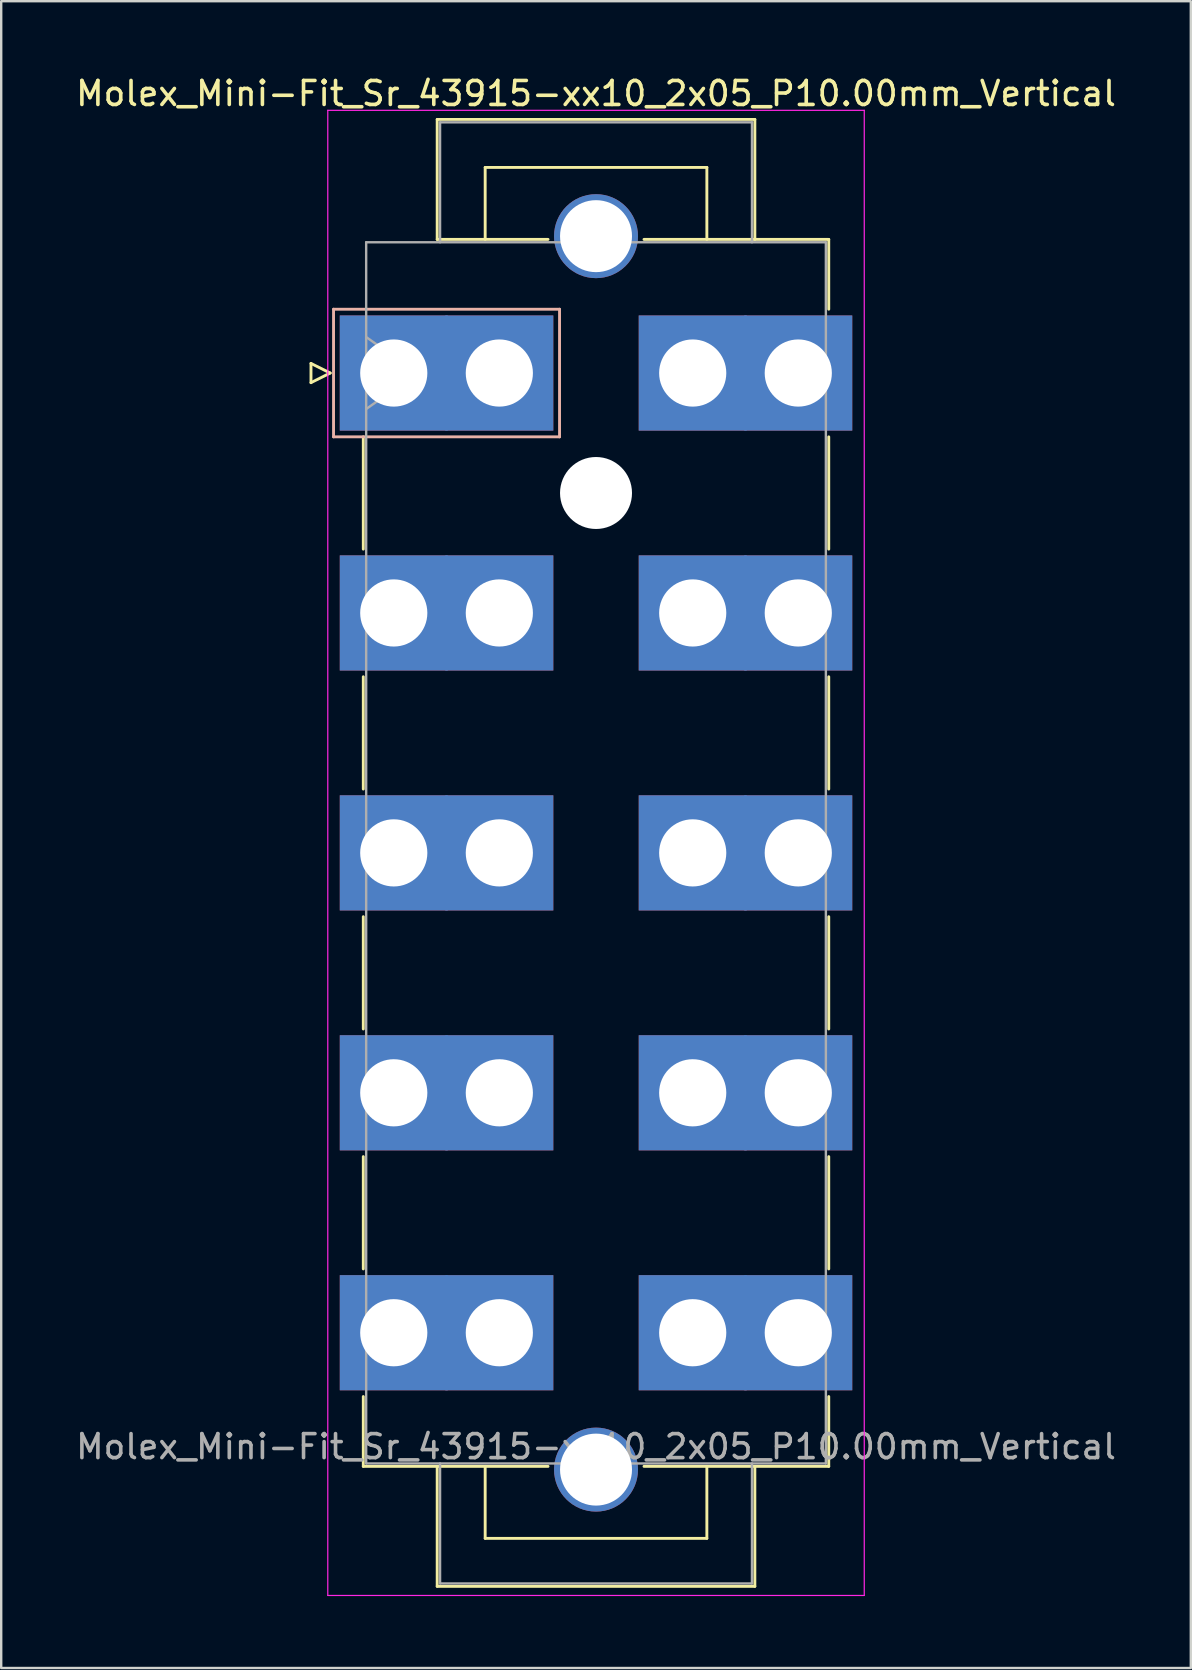
<source format=kicad_pcb>
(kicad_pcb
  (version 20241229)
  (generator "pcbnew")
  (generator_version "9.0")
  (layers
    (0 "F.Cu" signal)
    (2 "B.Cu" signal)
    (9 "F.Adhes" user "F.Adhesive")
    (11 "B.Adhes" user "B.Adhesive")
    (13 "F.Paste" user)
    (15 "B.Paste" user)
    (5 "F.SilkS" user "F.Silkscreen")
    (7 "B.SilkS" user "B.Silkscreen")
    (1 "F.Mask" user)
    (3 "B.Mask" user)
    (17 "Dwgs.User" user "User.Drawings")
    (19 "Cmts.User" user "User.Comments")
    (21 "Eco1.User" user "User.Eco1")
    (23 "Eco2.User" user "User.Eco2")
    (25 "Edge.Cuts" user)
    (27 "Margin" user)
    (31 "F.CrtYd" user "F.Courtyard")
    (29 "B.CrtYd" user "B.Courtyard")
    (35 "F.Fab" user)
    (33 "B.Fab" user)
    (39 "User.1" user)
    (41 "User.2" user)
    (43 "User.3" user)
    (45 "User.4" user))
  (footprint "Molex_Mini-Fit_Sr_43915-xx10_2x05_P10.00mm_Vertical"
    (layer "F.Cu")
    (at 13.362 12.498)
    (property "Reference" "Molex_Mini-Fit_Sr_43915-xx10_2x05_P10.00mm_Vertical" (at 8.43 -11.65 0) (layer "F.SilkS") (effects (font (size 1 1) (thickness 0.15))))
    (attr through_hole)
    (fp_line (start -3.45 -0.4) (end -3.45 0.4) (stroke (width 0.12) (type solid)) (layer "F.SilkS"))
    (fp_line (start -3.45 0.4) (end -2.65 0) (stroke (width 0.12) (type solid)) (layer "F.SilkS"))
    (fp_line (start -2.65 0) (end -3.45 -0.4) (stroke (width 0.12) (type solid)) (layer "F.SilkS"))
    (fp_line (start -1.27 2.66) (end -1.27 7.34) (stroke (width 0.12) (type solid)) (layer "F.SilkS"))
    (fp_line (start -1.27 12.66) (end -1.27 17.34) (stroke (width 0.12) (type solid)) (layer "F.SilkS"))
    (fp_line (start -1.27 22.66) (end -1.27 27.34) (stroke (width 0.12) (type solid)) (layer "F.SilkS"))
    (fp_line (start -1.27 32.66) (end -1.27 37.34) (stroke (width 0.12) (type solid)) (layer "F.SilkS"))
    (fp_line (start -1.27 42.66) (end -1.27 45.57) (stroke (width 0.12) (type solid)) (layer "F.SilkS"))
    (fp_line (start -1.27 45.57) (end 6.43 45.57) (stroke (width 0.12) (type solid)) (layer "F.SilkS"))
    (fp_line (start 1.81 -10.57) (end 15.05 -10.57) (stroke (width 0.12) (type solid)) (layer "F.SilkS"))
    (fp_line (start 1.81 -5.57) (end 1.81 -10.57) (stroke (width 0.12) (type solid)) (layer "F.SilkS"))
    (fp_line (start 1.81 45.57) (end 1.81 50.57) (stroke (width 0.12) (type solid)) (layer "F.SilkS"))
    (fp_line (start 1.81 50.57) (end 15.05 50.57) (stroke (width 0.12) (type solid)) (layer "F.SilkS"))
    (fp_line (start 3.81 -8.57) (end 13.05 -8.57) (stroke (width 0.12) (type solid)) (layer "F.SilkS"))
    (fp_line (start 3.81 -5.57) (end 3.81 -8.57) (stroke (width 0.12) (type solid)) (layer "F.SilkS"))
    (fp_line (start 3.81 45.57) (end 3.81 48.57) (stroke (width 0.12) (type solid)) (layer "F.SilkS"))
    (fp_line (start 3.81 48.57) (end 13.05 48.57) (stroke (width 0.12) (type solid)) (layer "F.SilkS"))
    (fp_line (start 6.43 -5.57) (end 1.81 -5.57) (stroke (width 0.12) (type solid)) (layer "F.SilkS"))
    (fp_line (start 13.05 -8.57) (end 13.05 -5.57) (stroke (width 0.12) (type solid)) (layer "F.SilkS"))
    (fp_line (start 13.05 48.57) (end 13.05 45.57) (stroke (width 0.12) (type solid)) (layer "F.SilkS"))
    (fp_line (start 15.05 -10.57) (end 15.05 -5.57) (stroke (width 0.12) (type solid)) (layer "F.SilkS"))
    (fp_line (start 15.05 50.57) (end 15.05 45.57) (stroke (width 0.12) (type solid)) (layer "F.SilkS"))
    (fp_line (start 18.13 -5.57) (end 10.43 -5.57) (stroke (width 0.12) (type solid)) (layer "F.SilkS"))
    (fp_line (start 18.13 -2.66) (end 18.13 -5.57) (stroke (width 0.12) (type solid)) (layer "F.SilkS"))
    (fp_line (start 18.13 2.66) (end 18.13 7.34) (stroke (width 0.12) (type solid)) (layer "F.SilkS"))
    (fp_line (start 18.13 12.66) (end 18.13 17.34) (stroke (width 0.12) (type solid)) (layer "F.SilkS"))
    (fp_line (start 18.13 22.66) (end 18.13 27.34) (stroke (width 0.12) (type solid)) (layer "F.SilkS"))
    (fp_line (start 18.13 32.66) (end 18.13 37.34) (stroke (width 0.12) (type solid)) (layer "F.SilkS"))
    (fp_line (start 18.13 42.66) (end 18.13 45.57) (stroke (width 0.12) (type solid)) (layer "F.SilkS"))
    (fp_line (start 18.13 45.57) (end 10.43 45.57) (stroke (width 0.12) (type solid)) (layer "F.SilkS"))
    (fp_line (start -2.51 -2.66) (end -2.51 2.66) (stroke (width 0.12) (type solid)) (layer "B.SilkS"))
    (fp_line (start -2.51 2.66) (end 6.91 2.66) (stroke (width 0.12) (type solid)) (layer "B.SilkS"))
    (fp_line (start 6.91 -2.66) (end -2.51 -2.66) (stroke (width 0.12) (type solid)) (layer "B.SilkS"))
    (fp_line (start 6.91 2.66) (end 6.91 -2.66) (stroke (width 0.12) (type solid)) (layer "B.SilkS"))
    (fp_line (start -2.75 -10.95) (end -2.75 50.95) (stroke (width 0.05) (type solid)) (layer "F.CrtYd"))
    (fp_line (start -2.75 50.95) (end 19.61 50.95) (stroke (width 0.05) (type solid)) (layer "F.CrtYd"))
    (fp_line (start 19.61 -10.95) (end -2.75 -10.95) (stroke (width 0.05) (type solid)) (layer "F.CrtYd"))
    (fp_line (start 19.61 50.95) (end 19.61 -10.95) (stroke (width 0.05) (type solid)) (layer "F.CrtYd"))
    (fp_line (start -1.15 -5.45) (end -1.15 45.45) (stroke (width 0.1) (type solid)) (layer "F.Fab"))
    (fp_line (start -1.15 -1.5) (end 0.971 0) (stroke (width 0.1) (type solid)) (layer "F.Fab"))
    (fp_line (start -1.15 45.45) (end 18.01 45.45) (stroke (width 0.1) (type solid)) (layer "F.Fab"))
    (fp_line (start 0.971 0) (end -1.15 1.5) (stroke (width 0.1) (type solid)) (layer "F.Fab"))
    (fp_line (start 1.93 -10.45) (end 14.93 -10.45) (stroke (width 0.1) (type solid)) (layer "F.Fab"))
    (fp_line (start 1.93 -5.45) (end 1.93 -10.45) (stroke (width 0.1) (type solid)) (layer "F.Fab"))
    (fp_line (start 1.93 45.45) (end 1.93 50.45) (stroke (width 0.1) (type solid)) (layer "F.Fab"))
    (fp_line (start 1.93 50.45) (end 14.93 50.45) (stroke (width 0.1) (type solid)) (layer "F.Fab"))
    (fp_line (start 14.93 -10.45) (end 14.93 -5.45) (stroke (width 0.1) (type solid)) (layer "F.Fab"))
    (fp_line (start 14.93 50.45) (end 14.93 45.45) (stroke (width 0.1) (type solid)) (layer "F.Fab"))
    (fp_line (start 18.01 -5.45) (end -1.15 -5.45) (stroke (width 0.1) (type solid)) (layer "F.Fab"))
    (fp_line (start 18.01 45.45) (end 18.01 -5.45) (stroke (width 0.1) (type solid)) (layer "F.Fab"))
    (fp_text user "${REFERENCE}" (at 8.43 44.75 0) (layer "F.Fab") (effects (font (size 1 1) (thickness 0.15))))
    (pad "" thru_hole circle (at 8.43 -5.705) (size 3.5 3.5) (drill 3) (layers "*.Cu" "*.Mask"))
    (pad "" np_thru_hole circle (at 8.43 5) (size 3 3) (drill 3) (layers "*.Cu" "*.Mask"))
    (pad "" thru_hole circle (at 8.43 45.705) (size 3.5 3.5) (drill 3) (layers "*.Cu" "*.Mask"))
    (pad "1" thru_hole rect (at 0 0) (size 4.5 4.8) (drill 2.8) (layers "*.Cu" "*.Mask"))
    (pad "1" thru_hole rect (at 4.4 0) (size 4.5 4.8) (drill 2.8) (layers "*.Cu" "*.Mask"))
    (pad "2" thru_hole rect (at 0 10) (size 4.5 4.8) (drill 2.8) (layers "*.Cu" "*.Mask"))
    (pad "2" thru_hole rect (at 4.4 10) (size 4.5 4.8) (drill 2.8) (layers "*.Cu" "*.Mask"))
    (pad "3" thru_hole rect (at 0 20) (size 4.5 4.8) (drill 2.8) (layers "*.Cu" "*.Mask"))
    (pad "3" thru_hole rect (at 4.4 20) (size 4.5 4.8) (drill 2.8) (layers "*.Cu" "*.Mask"))
    (pad "4" thru_hole rect (at 0 30) (size 4.5 4.8) (drill 2.8) (layers "*.Cu" "*.Mask"))
    (pad "4" thru_hole rect (at 4.4 30) (size 4.5 4.8) (drill 2.8) (layers "*.Cu" "*.Mask"))
    (pad "5" thru_hole rect (at 0 40) (size 4.5 4.8) (drill 2.8) (layers "*.Cu" "*.Mask"))
    (pad "5" thru_hole rect (at 4.4 40) (size 4.5 4.8) (drill 2.8) (layers "*.Cu" "*.Mask"))
    (pad "6" thru_hole rect (at 12.46 0) (size 4.5 4.8) (drill 2.8) (layers "*.Cu" "*.Mask"))
    (pad "6" thru_hole rect (at 16.86 0) (size 4.5 4.8) (drill 2.8) (layers "*.Cu" "*.Mask"))
    (pad "7" thru_hole rect (at 12.46 10) (size 4.5 4.8) (drill 2.8) (layers "*.Cu" "*.Mask"))
    (pad "7" thru_hole rect (at 16.86 10) (size 4.5 4.8) (drill 2.8) (layers "*.Cu" "*.Mask"))
    (pad "8" thru_hole rect (at 12.46 20) (size 4.5 4.8) (drill 2.8) (layers "*.Cu" "*.Mask"))
    (pad "8" thru_hole rect (at 16.86 20) (size 4.5 4.8) (drill 2.8) (layers "*.Cu" "*.Mask"))
    (pad "9" thru_hole rect (at 12.46 30) (size 4.5 4.8) (drill 2.8) (layers "*.Cu" "*.Mask"))
    (pad "9" thru_hole rect (at 16.86 30) (size 4.5 4.8) (drill 2.8) (layers "*.Cu" "*.Mask"))
    (pad "10" thru_hole rect (at 12.46 40) (size 4.5 4.8) (drill 2.8) (layers "*.Cu" "*.Mask"))
    (pad "10" thru_hole rect (at 16.86 40) (size 4.5 4.8) (drill 2.8) (layers "*.Cu" "*.Mask")))
  (gr_rect
    (start -3 -3)
    (end 46.583 66.473)
    (stroke (width 0.1) (type default))
    (fill no)
    (layer "Edge.Cuts")))
</source>
